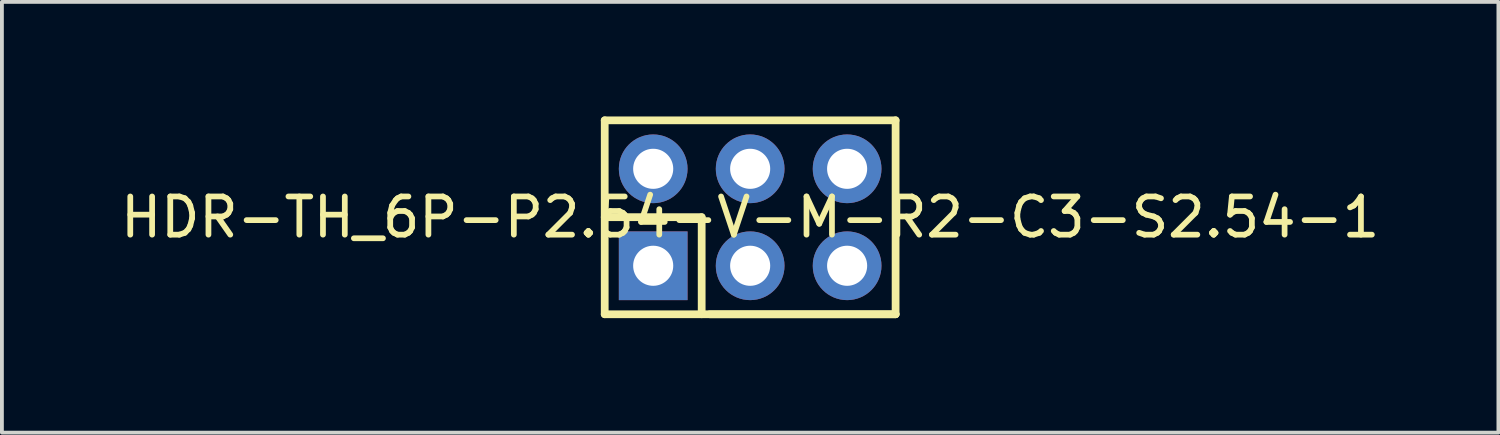
<source format=kicad_pcb>
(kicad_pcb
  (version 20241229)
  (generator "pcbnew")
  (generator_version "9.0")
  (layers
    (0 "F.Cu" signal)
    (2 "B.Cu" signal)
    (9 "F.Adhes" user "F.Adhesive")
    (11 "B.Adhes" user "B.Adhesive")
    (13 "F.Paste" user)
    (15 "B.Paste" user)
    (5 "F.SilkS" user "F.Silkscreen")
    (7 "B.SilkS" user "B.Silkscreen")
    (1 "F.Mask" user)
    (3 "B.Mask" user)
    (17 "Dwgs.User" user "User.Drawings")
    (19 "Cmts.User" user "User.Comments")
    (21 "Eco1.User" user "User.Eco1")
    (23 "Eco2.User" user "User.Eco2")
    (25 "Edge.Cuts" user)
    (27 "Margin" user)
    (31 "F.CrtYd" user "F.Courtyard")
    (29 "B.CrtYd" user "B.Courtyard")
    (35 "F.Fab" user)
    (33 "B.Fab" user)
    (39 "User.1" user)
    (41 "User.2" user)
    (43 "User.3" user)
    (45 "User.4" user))
  (footprint "HDR-TH_6P-P2.54-V-M-R2-C3-S2.54-1"
    (layer "F.Cu")
    (at 16.601 2.642)
    (property "Reference" "HDR-TH_6P-P2.54-V-M-R2-C3-S2.54-1" (at 0 0 0) (layer "F.SilkS") (effects (font (size 1 1) (thickness 0.15))))
    (fp_line (start -3.81 -2.54) (end -3.81 2.54) (stroke (width 0.203) (type default)) (layer "F.SilkS"))
    (fp_line (start -3.81 -0.003) (end -1.27 -0.003) (stroke (width 0.203) (type default)) (layer "F.SilkS"))
    (fp_line (start -3.81 2.54) (end 3.81 2.54) (stroke (width 0.203) (type default)) (layer "F.SilkS"))
    (fp_line (start -1.27 -0.003) (end -1.27 2.54) (stroke (width 0.203) (type default)) (layer "F.SilkS"))
    (fp_line (start 3.81 -2.54) (end -3.81 -2.54) (stroke (width 0.203) (type default)) (layer "F.SilkS"))
    (fp_line (start 3.81 2.54) (end -1.058 2.54) (stroke (width 0.203) (type default)) (layer "F.SilkS"))
    (fp_line (start 3.81 2.54) (end 3.81 -2.54) (stroke (width 0.203) (type default)) (layer "F.SilkS"))
    (fp_poly (pts (xy -2.86 -1.59) (xy -2.22 -1.59) (xy -2.22 -0.95) (xy -2.86 -0.95)) (stroke (width 0.1) (type default)) (fill no) (layer "User.1"))
    (fp_poly (pts (xy -2.86 0.95) (xy -2.22 0.95) (xy -2.22 1.59) (xy -2.86 1.59)) (stroke (width 0.1) (type default)) (fill no) (layer "User.1"))
    (fp_poly (pts (xy -0.32 -1.59) (xy 0.32 -1.59) (xy 0.32 -0.95) (xy -0.32 -0.95)) (stroke (width 0.1) (type default)) (fill no) (layer "User.1"))
    (fp_poly (pts (xy -0.32 0.95) (xy 0.32 0.95) (xy 0.32 1.59) (xy -0.32 1.59)) (stroke (width 0.1) (type default)) (fill no) (layer "User.1"))
    (fp_poly (pts (xy 2.22 -1.59) (xy 2.86 -1.59) (xy 2.86 -0.95) (xy 2.22 -0.95)) (stroke (width 0.1) (type default)) (fill no) (layer "User.1"))
    (fp_poly (pts (xy 2.22 0.95) (xy 2.86 0.95) (xy 2.86 1.59) (xy 2.22 1.59)) (stroke (width 0.1) (type default)) (fill no) (layer "User.1"))
    (fp_line (start -3.81 -2.5) (end 3.81 -2.5) (stroke (width 0.051) (type default)) (layer "User.2"))
    (fp_line (start -3.81 2.5) (end -3.81 -2.5) (stroke (width 0.051) (type default)) (layer "User.2"))
    (fp_line (start 3.81 -2.5) (end 3.81 2.5) (stroke (width 0.051) (type default)) (layer "User.2"))
    (fp_line (start 3.81 2.5) (end -3.81 2.5) (stroke (width 0.051) (type default)) (layer "User.2"))
    (fp_poly (pts (xy -3.75 2.5) (xy -3.768 2.458) (xy -3.81 2.44) (xy -3.852 2.458) (xy -3.87 2.5) (xy -3.852 2.542) (xy -3.81 2.56) (xy -3.768 2.542)) (stroke (width 0.1) (type default)) (fill no) (layer "User.3"))
    (pad "1" thru_hole rect (at -2.54 1.27) (size 1.8 1.8) (drill 1.05) (layers "*.Cu" "*.Mask"))
    (pad "2" thru_hole circle (at -2.54 -1.27) (size 1.8 1.8) (drill 1.05) (layers "*.Cu" "*.Mask"))
    (pad "3" thru_hole circle (at 0 1.27) (size 1.8 1.8) (drill 1.05) (layers "*.Cu" "*.Mask"))
    (pad "4" thru_hole circle (at 0 -1.27) (size 1.8 1.8) (drill 1.05) (layers "*.Cu" "*.Mask"))
    (pad "5" thru_hole circle (at 2.54 1.27) (size 1.8 1.8) (drill 1.05) (layers "*.Cu" "*.Mask"))
    (pad "6" thru_hole circle (at 2.54 -1.27) (size 1.8 1.8) (drill 1.05) (layers "*.Cu" "*.Mask")))
  (gr_rect
    (start -3 -3)
    (end 36.202 8.283)
    (stroke (width 0.1) (type default))
    (fill no)
    (layer "Edge.Cuts")))
</source>
